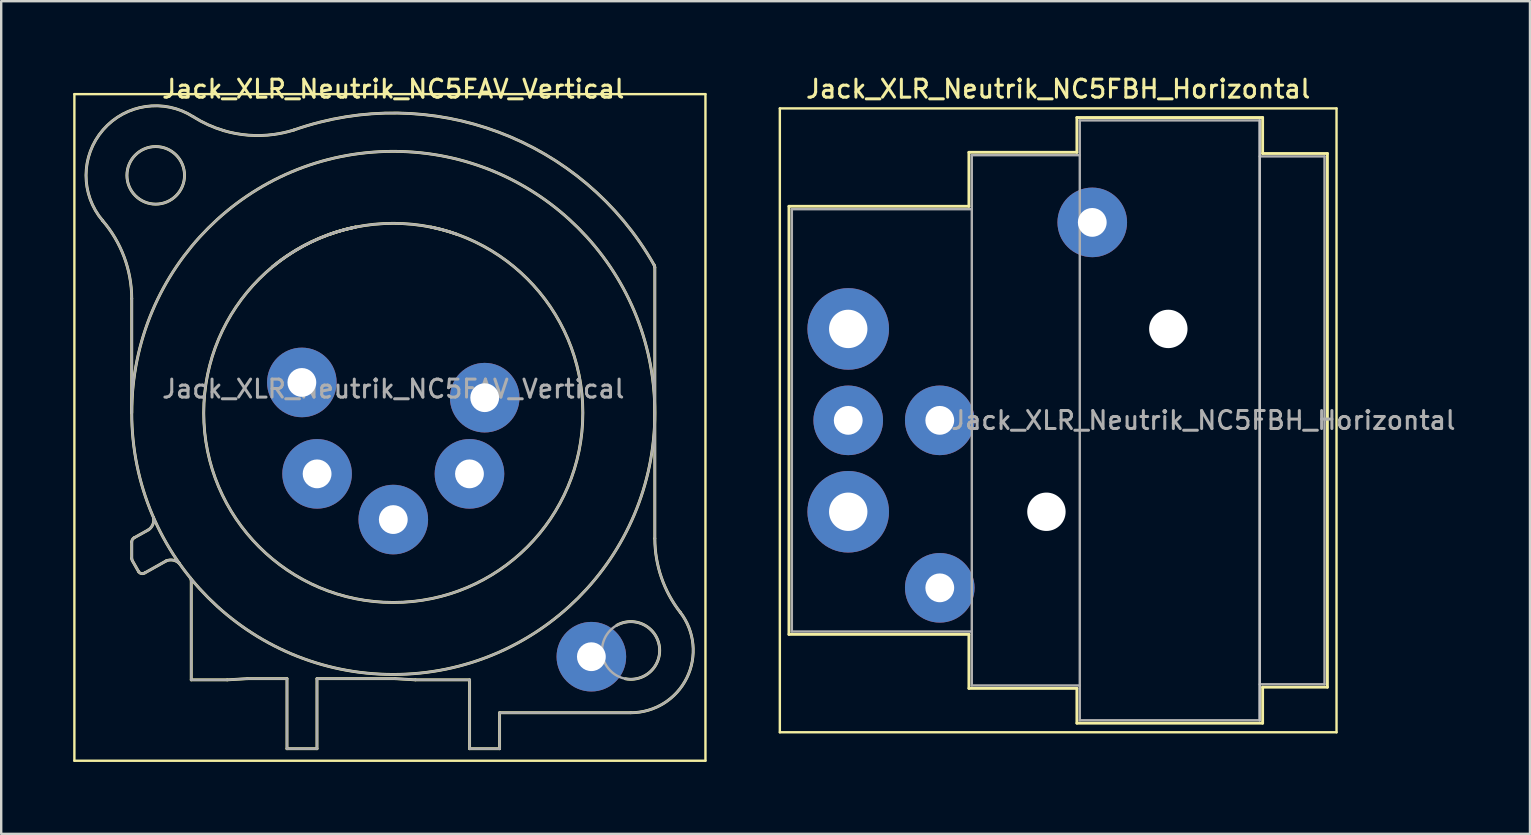
<source format=kicad_pcb>
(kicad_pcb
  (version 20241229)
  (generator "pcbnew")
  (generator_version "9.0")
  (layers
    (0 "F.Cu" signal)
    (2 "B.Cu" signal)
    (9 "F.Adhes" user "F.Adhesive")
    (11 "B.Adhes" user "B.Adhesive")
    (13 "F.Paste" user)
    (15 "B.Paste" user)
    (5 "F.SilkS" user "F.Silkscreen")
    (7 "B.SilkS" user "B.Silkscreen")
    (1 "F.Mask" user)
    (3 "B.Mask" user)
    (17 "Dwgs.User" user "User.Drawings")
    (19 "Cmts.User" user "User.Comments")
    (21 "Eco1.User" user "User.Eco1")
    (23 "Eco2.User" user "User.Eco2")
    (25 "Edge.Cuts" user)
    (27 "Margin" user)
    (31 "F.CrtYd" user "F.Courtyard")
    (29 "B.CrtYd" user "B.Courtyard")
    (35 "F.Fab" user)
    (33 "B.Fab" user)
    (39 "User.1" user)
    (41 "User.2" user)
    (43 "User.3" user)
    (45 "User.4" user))
  (footprint "Jack_XLR_Neutrik_NC5FAV_Vertical"
    (layer "F.Cu")
    (at 17.15 13.523)
    (property "Reference" "Jack_XLR_Neutrik_NC5FAV_Vertical" (at -3.81 -12.865 0) (layer "F.SilkS") (effects (font (size 0.75 0.75) (thickness 0.125))))
    (attr through_hole)
    (fp_line (start -17.1 -12.65) (end 9.2 -12.65) (stroke (width 0.1) (type solid)) (layer "F.SilkS"))
    (fp_line (start -17.1 15.13) (end -17.1 -12.65) (stroke (width 0.1) (type solid)) (layer "F.SilkS"))
    (fp_line (start -14.71 0.635) (end -14.71 -4.13) (stroke (width 0.12) (type solid)) (layer "F.SilkS"))
    (fp_line (start -14.71 6.01) (end -14.71 6.7) (stroke (width 0.12) (type solid)) (layer "F.SilkS"))
    (fp_line (start -14.68 6.8) (end -14.43 7.24) (stroke (width 0.12) (type solid)) (layer "F.SilkS"))
    (fp_line (start -14.61 5.84) (end -14 5.5) (stroke (width 0.12) (type solid)) (layer "F.SilkS"))
    (fp_line (start -14.16 7.3) (end -13.27 6.8) (stroke (width 0.12) (type solid)) (layer "F.SilkS"))
    (fp_line (start -12.23 11.76) (end -12.23 7.62) (stroke (width 0.12) (type solid)) (layer "F.SilkS"))
    (fp_line (start -10.73 11.76) (end -12.23 11.76) (stroke (width 0.12) (type solid)) (layer "F.SilkS"))
    (fp_line (start -9.89 11.71) (end -10.73 11.76) (stroke (width 0.12) (type solid)) (layer "F.SilkS"))
    (fp_line (start -8.24 11.71) (end -9.89 11.71) (stroke (width 0.12) (type solid)) (layer "F.SilkS"))
    (fp_line (start -8.24 11.71) (end -8.24 14.63) (stroke (width 0.12) (type solid)) (layer "F.SilkS"))
    (fp_line (start -6.99 14.63) (end -8.24 14.63) (stroke (width 0.12) (type solid)) (layer "F.SilkS"))
    (fp_line (start -6.99 14.63) (end -6.99 11.71) (stroke (width 0.12) (type solid)) (layer "F.SilkS"))
    (fp_line (start -3.73 11.71) (end -6.99 11.71) (stroke (width 0.12) (type solid)) (layer "F.SilkS"))
    (fp_line (start -2.89 11.76) (end -3.73 11.71) (stroke (width 0.12) (type solid)) (layer "F.SilkS"))
    (fp_line (start -0.63 11.76) (end -2.89 11.76) (stroke (width 0.12) (type solid)) (layer "F.SilkS"))
    (fp_line (start -0.63 11.76) (end -0.63 14.63) (stroke (width 0.12) (type solid)) (layer "F.SilkS"))
    (fp_line (start 0.62 14.63) (end -0.63 14.63) (stroke (width 0.12) (type solid)) (layer "F.SilkS"))
    (fp_line (start 0.62 14.63) (end 0.62 13.13) (stroke (width 0.12) (type solid)) (layer "F.SilkS"))
    (fp_line (start 6.09 13.13) (end 0.62 13.13) (stroke (width 0.12) (type solid)) (layer "F.SilkS"))
    (fp_line (start 7.09 -5.43) (end 7.09 5.87) (stroke (width 0.12) (type solid)) (layer "F.SilkS"))
    (fp_line (start 9.2 -12.65) (end 9.2 15.13) (stroke (width 0.1) (type solid)) (layer "F.SilkS"))
    (fp_line (start 9.2 15.13) (end -17.1 15.13) (stroke (width 0.1) (type solid)) (layer "F.SilkS"))
    (fp_arc (start -15.929066 -7.385564) (mid -15.028115 -5.866905) (end -14.71 -4.13) (stroke (width 0.12) (type solid)) (layer "F.SilkS"))
    (fp_arc (start -15.918146 -7.373153) (mid -15.902506 -11.164998) (end -12.15 -11.71) (stroke (width 0.12) (type solid)) (layer "F.SilkS"))
    (fp_arc (start -14.709743 6.009652) (mid -14.682878 5.9113) (end -14.61 5.84) (stroke (width 0.12) (type solid)) (layer "F.SilkS"))
    (fp_arc (start -14.682649 6.795385) (mid -14.703027 6.749614) (end -14.71 6.7) (stroke (width 0.12) (type solid)) (layer "F.SilkS"))
    (fp_arc (start -14.160142 7.297076) (mid -14.307987 7.329603) (end -14.43 7.24) (stroke (width 0.12) (type solid)) (layer "F.SilkS"))
    (fp_arc (start -13.801628 4.991381) (mid -13.826689 5.274601) (end -14 5.5) (stroke (width 0.12) (type solid)) (layer "F.SilkS"))
    (fp_arc (start -13.27 6.8) (mid -12.979462 6.773118) (end -12.722228 6.910835) (stroke (width 0.12) (type solid)) (layer "F.SilkS"))
    (fp_arc (start -12.267885 7.513016) (mid -12.239751 7.563253) (end -12.23 7.62) (stroke (width 0.12) (type solid)) (layer "F.SilkS"))
    (fp_arc (start -10.874228 -11.129536) (mid -11.532536 -11.374883) (end -12.15 -11.71) (stroke (width 0.12) (type solid)) (layer "F.SilkS"))
    (fp_arc (start -8.842926 -5.457584) (mid -7.213275 -6.497156) (end -5.38 -7.11) (stroke (width 0.12) (type solid)) (layer "F.SilkS"))
    (fp_arc (start -8.78758 -10.969733) (mid -9.842283 -10.938982) (end -10.88 -11.13) (stroke (width 0.12) (type solid)) (layer "F.SilkS"))
    (fp_arc (start -7.953762 -11.154656) (mid -8.367971 -11.044621) (end -8.79 -10.97) (stroke (width 0.12) (type solid)) (layer "F.SilkS"))
    (fp_arc (start -7.952655 -11.154934) (mid 0.574548 -11.067131) (end 7.06 -5.53) (stroke (width 0.12) (type solid)) (layer "F.SilkS"))
    (fp_arc (start -6.455617 -6.811518) (mid -5.923085 -6.979774) (end -5.38 -7.11) (stroke (width 0.12) (type solid)) (layer "F.SilkS"))
    (fp_arc (start -2.235447 -7.109114) (mid -1.692436 -6.978569) (end -1.16 -6.81) (stroke (width 0.12) (type solid)) (layer "F.SilkS"))
    (fp_arc (start 5.507701 9.483226) (mid 7.277502 10.347546) (end 5.86 11.715) (stroke (width 0.12) (type solid)) (layer "F.SilkS"))
    (fp_arc (start 7.056349 -5.537362) (mid 7.080146 -5.485866) (end 7.09 -5.43) (stroke (width 0.12) (type solid)) (layer "F.SilkS"))
    (fp_arc (start 8.152719 8.94722) (mid 8.42187 11.679951) (end 6.09 13.13) (stroke (width 0.12) (type solid)) (layer "F.SilkS"))
    (fp_arc (start 8.154941 8.951603) (mid 7.36532 7.499668) (end 7.09 5.87) (stroke (width 0.12) (type solid)) (layer "F.SilkS"))
    (fp_circle (center -13.71 -9.265) (end -12.51 -9.265) (stroke (width 0.12) (type solid)) (fill no) (layer "F.SilkS"))
    (fp_circle (center -3.81 0.635) (end 4.09 0.635) (stroke (width 0.12) (type solid)) (fill no) (layer "F.SilkS"))
    (fp_circle (center -3.81 0.635) (end 7.09 0.635) (stroke (width 0.12) (type solid)) (fill no) (layer "F.SilkS"))
    (fp_line (start -14.71 0.635) (end -14.71 -4.13) (stroke (width 0.1) (type solid)) (layer "F.Fab"))
    (fp_line (start -14.71 6.01) (end -14.71 6.7) (stroke (width 0.1) (type solid)) (layer "F.Fab"))
    (fp_line (start -14.68 6.8) (end -14.43 7.24) (stroke (width 0.1) (type solid)) (layer "F.Fab"))
    (fp_line (start -14.61 5.84) (end -14 5.5) (stroke (width 0.1) (type solid)) (layer "F.Fab"))
    (fp_line (start -14.16 7.3) (end -13.27 6.8) (stroke (width 0.1) (type solid)) (layer "F.Fab"))
    (fp_line (start -12.23 11.76) (end -12.23 7.62) (stroke (width 0.1) (type solid)) (layer "F.Fab"))
    (fp_line (start -10.73 11.76) (end -12.23 11.76) (stroke (width 0.1) (type solid)) (layer "F.Fab"))
    (fp_line (start -9.89 11.71) (end -10.73 11.76) (stroke (width 0.1) (type solid)) (layer "F.Fab"))
    (fp_line (start -8.24 11.71) (end -9.89 11.71) (stroke (width 0.1) (type solid)) (layer "F.Fab"))
    (fp_line (start -8.24 11.71) (end -8.24 14.63) (stroke (width 0.1) (type solid)) (layer "F.Fab"))
    (fp_line (start -6.99 14.63) (end -8.24 14.63) (stroke (width 0.1) (type solid)) (layer "F.Fab"))
    (fp_line (start -6.99 14.63) (end -6.99 11.71) (stroke (width 0.1) (type solid)) (layer "F.Fab"))
    (fp_line (start -3.73 11.71) (end -6.99 11.71) (stroke (width 0.1) (type solid)) (layer "F.Fab"))
    (fp_line (start -2.89 11.76) (end -3.73 11.71) (stroke (width 0.1) (type solid)) (layer "F.Fab"))
    (fp_line (start -0.63 11.76) (end -2.89 11.76) (stroke (width 0.1) (type solid)) (layer "F.Fab"))
    (fp_line (start -0.63 11.76) (end -0.63 14.63) (stroke (width 0.1) (type solid)) (layer "F.Fab"))
    (fp_line (start 0.62 14.63) (end -0.63 14.63) (stroke (width 0.1) (type solid)) (layer "F.Fab"))
    (fp_line (start 0.62 14.63) (end 0.62 13.13) (stroke (width 0.1) (type solid)) (layer "F.Fab"))
    (fp_line (start 6.09 13.13) (end 0.62 13.13) (stroke (width 0.1) (type solid)) (layer "F.Fab"))
    (fp_line (start 7.09 -5.43) (end 7.09 5.87) (stroke (width 0.1) (type solid)) (layer "F.Fab"))
    (fp_arc (start -15.929066 -7.385564) (mid -15.028115 -5.866905) (end -14.71 -4.13) (stroke (width 0.1) (type solid)) (layer "F.Fab"))
    (fp_arc (start -15.918146 -7.373153) (mid -15.902506 -11.164998) (end -12.15 -11.71) (stroke (width 0.1) (type solid)) (layer "F.Fab"))
    (fp_arc (start -14.709743 6.009652) (mid -14.682878 5.9113) (end -14.61 5.84) (stroke (width 0.1) (type solid)) (layer "F.Fab"))
    (fp_arc (start -14.682649 6.795385) (mid -14.703027 6.749614) (end -14.71 6.7) (stroke (width 0.1) (type solid)) (layer "F.Fab"))
    (fp_arc (start -14.160142 7.297076) (mid -14.307987 7.329603) (end -14.43 7.24) (stroke (width 0.1) (type solid)) (layer "F.Fab"))
    (fp_arc (start -13.801628 4.991381) (mid -13.826689 5.274601) (end -14 5.5) (stroke (width 0.1) (type solid)) (layer "F.Fab"))
    (fp_arc (start -13.27 6.8) (mid -12.979462 6.773118) (end -12.722228 6.910835) (stroke (width 0.1) (type solid)) (layer "F.Fab"))
    (fp_arc (start -12.267885 7.513016) (mid -12.239751 7.563253) (end -12.23 7.62) (stroke (width 0.1) (type solid)) (layer "F.Fab"))
    (fp_arc (start -10.874228 -11.129536) (mid -11.532536 -11.374883) (end -12.15 -11.71) (stroke (width 0.1) (type solid)) (layer "F.Fab"))
    (fp_arc (start -8.842926 -5.457584) (mid -7.213275 -6.497156) (end -5.38 -7.11) (stroke (width 0.1) (type solid)) (layer "F.Fab"))
    (fp_arc (start -8.78758 -10.969733) (mid -9.842283 -10.938982) (end -10.88 -11.13) (stroke (width 0.1) (type solid)) (layer "F.Fab"))
    (fp_arc (start -7.953762 -11.154656) (mid -8.367971 -11.044621) (end -8.79 -10.97) (stroke (width 0.1) (type solid)) (layer "F.Fab"))
    (fp_arc (start -7.952655 -11.154934) (mid 0.574548 -11.067131) (end 7.06 -5.53) (stroke (width 0.1) (type solid)) (layer "F.Fab"))
    (fp_arc (start -6.455617 -6.811518) (mid -5.923085 -6.979774) (end -5.38 -7.11) (stroke (width 0.1) (type solid)) (layer "F.Fab"))
    (fp_arc (start -2.235447 -7.109114) (mid -1.692436 -6.978569) (end -1.16 -6.81) (stroke (width 0.1) (type solid)) (layer "F.Fab"))
    (fp_arc (start 7.056349 -5.537362) (mid 7.080146 -5.485866) (end 7.09 -5.43) (stroke (width 0.1) (type solid)) (layer "F.Fab"))
    (fp_arc (start 8.152719 8.94722) (mid 8.42187 11.679951) (end 6.09 13.13) (stroke (width 0.1) (type solid)) (layer "F.Fab"))
    (fp_arc (start 8.154941 8.951603) (mid 7.36532 7.499668) (end 7.09 5.87) (stroke (width 0.1) (type solid)) (layer "F.Fab"))
    (fp_circle (center -13.71 -9.265) (end -12.51 -9.265) (stroke (width 0.1) (type solid)) (fill no) (layer "F.Fab"))
    (fp_circle (center -3.81 0.635) (end 4.09 0.635) (stroke (width 0.1) (type solid)) (fill no) (layer "F.Fab"))
    (fp_circle (center -3.81 0.635) (end 7.09 0.635) (stroke (width 0.1) (type solid)) (fill no) (layer "F.Fab"))
    (fp_circle (center 6.09 10.535) (end 7.29 10.535) (stroke (width 0.1) (type solid)) (fill no) (layer "F.Fab"))
    (fp_text user "${REFERENCE}" (at -3.81 -0.365 0) (layer "F.Fab") (effects (font (size 0.75 0.75) (thickness 0.125))))
    (pad "1" thru_hole circle (at 0 0) (size 2.9 2.9) (drill 1.2) (layers "*.Cu" "*.Mask"))
    (pad "2" thru_hole circle (at -0.635 3.175) (size 2.9 2.9) (drill 1.2) (layers "*.Cu" "*.Mask"))
    (pad "3" thru_hole circle (at -3.81 5.08) (size 2.9 2.9) (drill 1.2) (layers "*.Cu" "*.Mask"))
    (pad "4" thru_hole circle (at -6.985 3.175) (size 2.9 2.9) (drill 1.2) (layers "*.Cu" "*.Mask"))
    (pad "5" thru_hole circle (at -7.62 -0.635) (size 2.9 2.9) (drill 1.2) (layers "*.Cu" "*.Mask"))
    (pad "G" thru_hole circle (at 4.445 10.795) (size 2.9 2.9) (drill 1.2) (layers "*.Cu" "*.Mask")))
  (footprint "Jack_XLR_Neutrik_NC5FBH_Horizontal"
    (layer "F.Cu")
    (at 32.3 10.658)
    (property "Reference" "Jack_XLR_Neutrik_NC5FBH_Horizontal" (at 8.75 -10 0) (layer "F.SilkS") (effects (font (size 0.75 0.75) (thickness 0.125))))
    (attr through_hole)
    (fp_line (start -2.85 -9.19) (end -2.85 16.81) (stroke (width 0.1) (type solid)) (layer "F.SilkS"))
    (fp_line (start -2.47 -5.11) (end -2.47 12.73) (stroke (width 0.12) (type solid)) (layer "F.SilkS"))
    (fp_line (start 5.03 -5.11) (end -2.47 -5.11) (stroke (width 0.12) (type solid)) (layer "F.SilkS"))
    (fp_line (start 5.03 -5.11) (end 5.03 -7.36) (stroke (width 0.12) (type solid)) (layer "F.SilkS"))
    (fp_line (start 5.03 12.73) (end -2.47 12.73) (stroke (width 0.12) (type solid)) (layer "F.SilkS"))
    (fp_line (start 5.03 12.73) (end 5.03 14.98) (stroke (width 0.12) (type solid)) (layer "F.SilkS"))
    (fp_line (start 9.53 -7.36) (end 5.03 -7.36) (stroke (width 0.12) (type solid)) (layer "F.SilkS"))
    (fp_line (start 9.53 -7.36) (end 9.53 -8.81) (stroke (width 0.12) (type solid)) (layer "F.SilkS"))
    (fp_line (start 9.53 14.98) (end 5.03 14.98) (stroke (width 0.12) (type solid)) (layer "F.SilkS"))
    (fp_line (start 9.53 16.43) (end 9.53 14.98) (stroke (width 0.12) (type solid)) (layer "F.SilkS"))
    (fp_line (start 17.27 -8.81) (end 9.53 -8.81) (stroke (width 0.12) (type solid)) (layer "F.SilkS"))
    (fp_line (start 17.27 -8.81) (end 17.27 -7.31) (stroke (width 0.12) (type solid)) (layer "F.SilkS"))
    (fp_line (start 17.27 -7.31) (end 19.97 -7.31) (stroke (width 0.12) (type solid)) (layer "F.SilkS"))
    (fp_line (start 17.27 14.93) (end 17.27 16.43) (stroke (width 0.12) (type solid)) (layer "F.SilkS"))
    (fp_line (start 17.27 14.93) (end 19.97 14.93) (stroke (width 0.12) (type solid)) (layer "F.SilkS"))
    (fp_line (start 17.27 16.43) (end 9.53 16.43) (stroke (width 0.12) (type solid)) (layer "F.SilkS"))
    (fp_line (start 19.97 -7.31) (end 19.97 14.93) (stroke (width 0.12) (type solid)) (layer "F.SilkS"))
    (fp_line (start 20.35 -9.19) (end -2.85 -9.19) (stroke (width 0.1) (type solid)) (layer "F.SilkS"))
    (fp_line (start 20.35 -9.19) (end 20.35 16.81) (stroke (width 0.1) (type solid)) (layer "F.SilkS"))
    (fp_line (start 20.35 16.81) (end -2.85 16.81) (stroke (width 0.1) (type solid)) (layer "F.SilkS"))
    (fp_line (start 17.15 -8.69) (end 17.15 16.31) (stroke (width 0.1) (type solid)) (layer "Dwgs.User"))
    (fp_line (start -2.35 -4.99) (end -2.35 12.61) (stroke (width 0.1) (type solid)) (layer "F.Fab"))
    (fp_line (start 5.15 -4.99) (end -2.35 -4.99) (stroke (width 0.1) (type solid)) (layer "F.Fab"))
    (fp_line (start 5.15 12.61) (end -2.35 12.61) (stroke (width 0.1) (type solid)) (layer "F.Fab"))
    (fp_line (start 5.15 14.86) (end 5.15 -7.24) (stroke (width 0.1) (type solid)) (layer "F.Fab"))
    (fp_line (start 5.15 14.86) (end 9.65 14.86) (stroke (width 0.1) (type solid)) (layer "F.Fab"))
    (fp_line (start 9.65 -8.69) (end 17.15 -8.69) (stroke (width 0.1) (type solid)) (layer "F.Fab"))
    (fp_line (start 9.65 -7.24) (end 5.15 -7.24) (stroke (width 0.1) (type solid)) (layer "F.Fab"))
    (fp_line (start 9.65 16.31) (end 9.65 -8.69) (stroke (width 0.1) (type solid)) (layer "F.Fab"))
    (fp_line (start 17.15 -8.69) (end 17.15 16.31) (stroke (width 0.1) (type solid)) (layer "F.Fab"))
    (fp_line (start 17.15 -7.19) (end 19.85 -7.19) (stroke (width 0.1) (type solid)) (layer "F.Fab"))
    (fp_line (start 17.15 16.31) (end 9.65 16.31) (stroke (width 0.1) (type solid)) (layer "F.Fab"))
    (fp_line (start 19.85 -7.19) (end 19.85 14.81) (stroke (width 0.1) (type solid)) (layer "F.Fab"))
    (fp_line (start 19.85 14.81) (end 17.15 14.81) (stroke (width 0.1) (type solid)) (layer "F.Fab"))
    (fp_text user "${REFERENCE}" (at 14.8 3.81 0) (layer "F.Fab") (effects (font (size 0.75 0.75) (thickness 0.125))))
    (pad "" np_thru_hole circle (at 8.26 7.62) (size 1.6 1.6) (drill 1.6) (layers "*.Cu" "*.Mask"))
    (pad "" np_thru_hole circle (at 13.34 0) (size 1.6 1.6) (drill 1.6) (layers "*.Cu" "*.Mask"))
    (pad "1" thru_hole circle (at 0 0) (size 3.4 3.4) (drill 1.6) (layers "*.Cu" "*.Mask"))
    (pad "2" thru_hole circle (at 3.815 3.81) (size 2.9 2.9) (drill 1.2) (layers "*.Cu" "*.Mask"))
    (pad "3" thru_hole circle (at 0 3.81) (size 2.9 2.9) (drill 1.2) (layers "*.Cu" "*.Mask"))
    (pad "4" thru_hole circle (at 3.815 10.79) (size 2.9 2.9) (drill 1.2) (layers "*.Cu" "*.Mask"))
    (pad "5" thru_hole circle (at 0 7.62) (size 3.4 3.4) (drill 1.6) (layers "*.Cu" "*.Mask"))
    (pad "G" thru_hole circle (at 10.17 -4.44) (size 2.9 2.9) (drill 1.2) (layers "*.Cu" "*.Mask")))
  (gr_rect
    (start -3 -3)
    (end 60.712 31.703)
    (stroke (width 0.1) (type default))
    (fill no)
    (layer "Edge.Cuts")))
</source>
